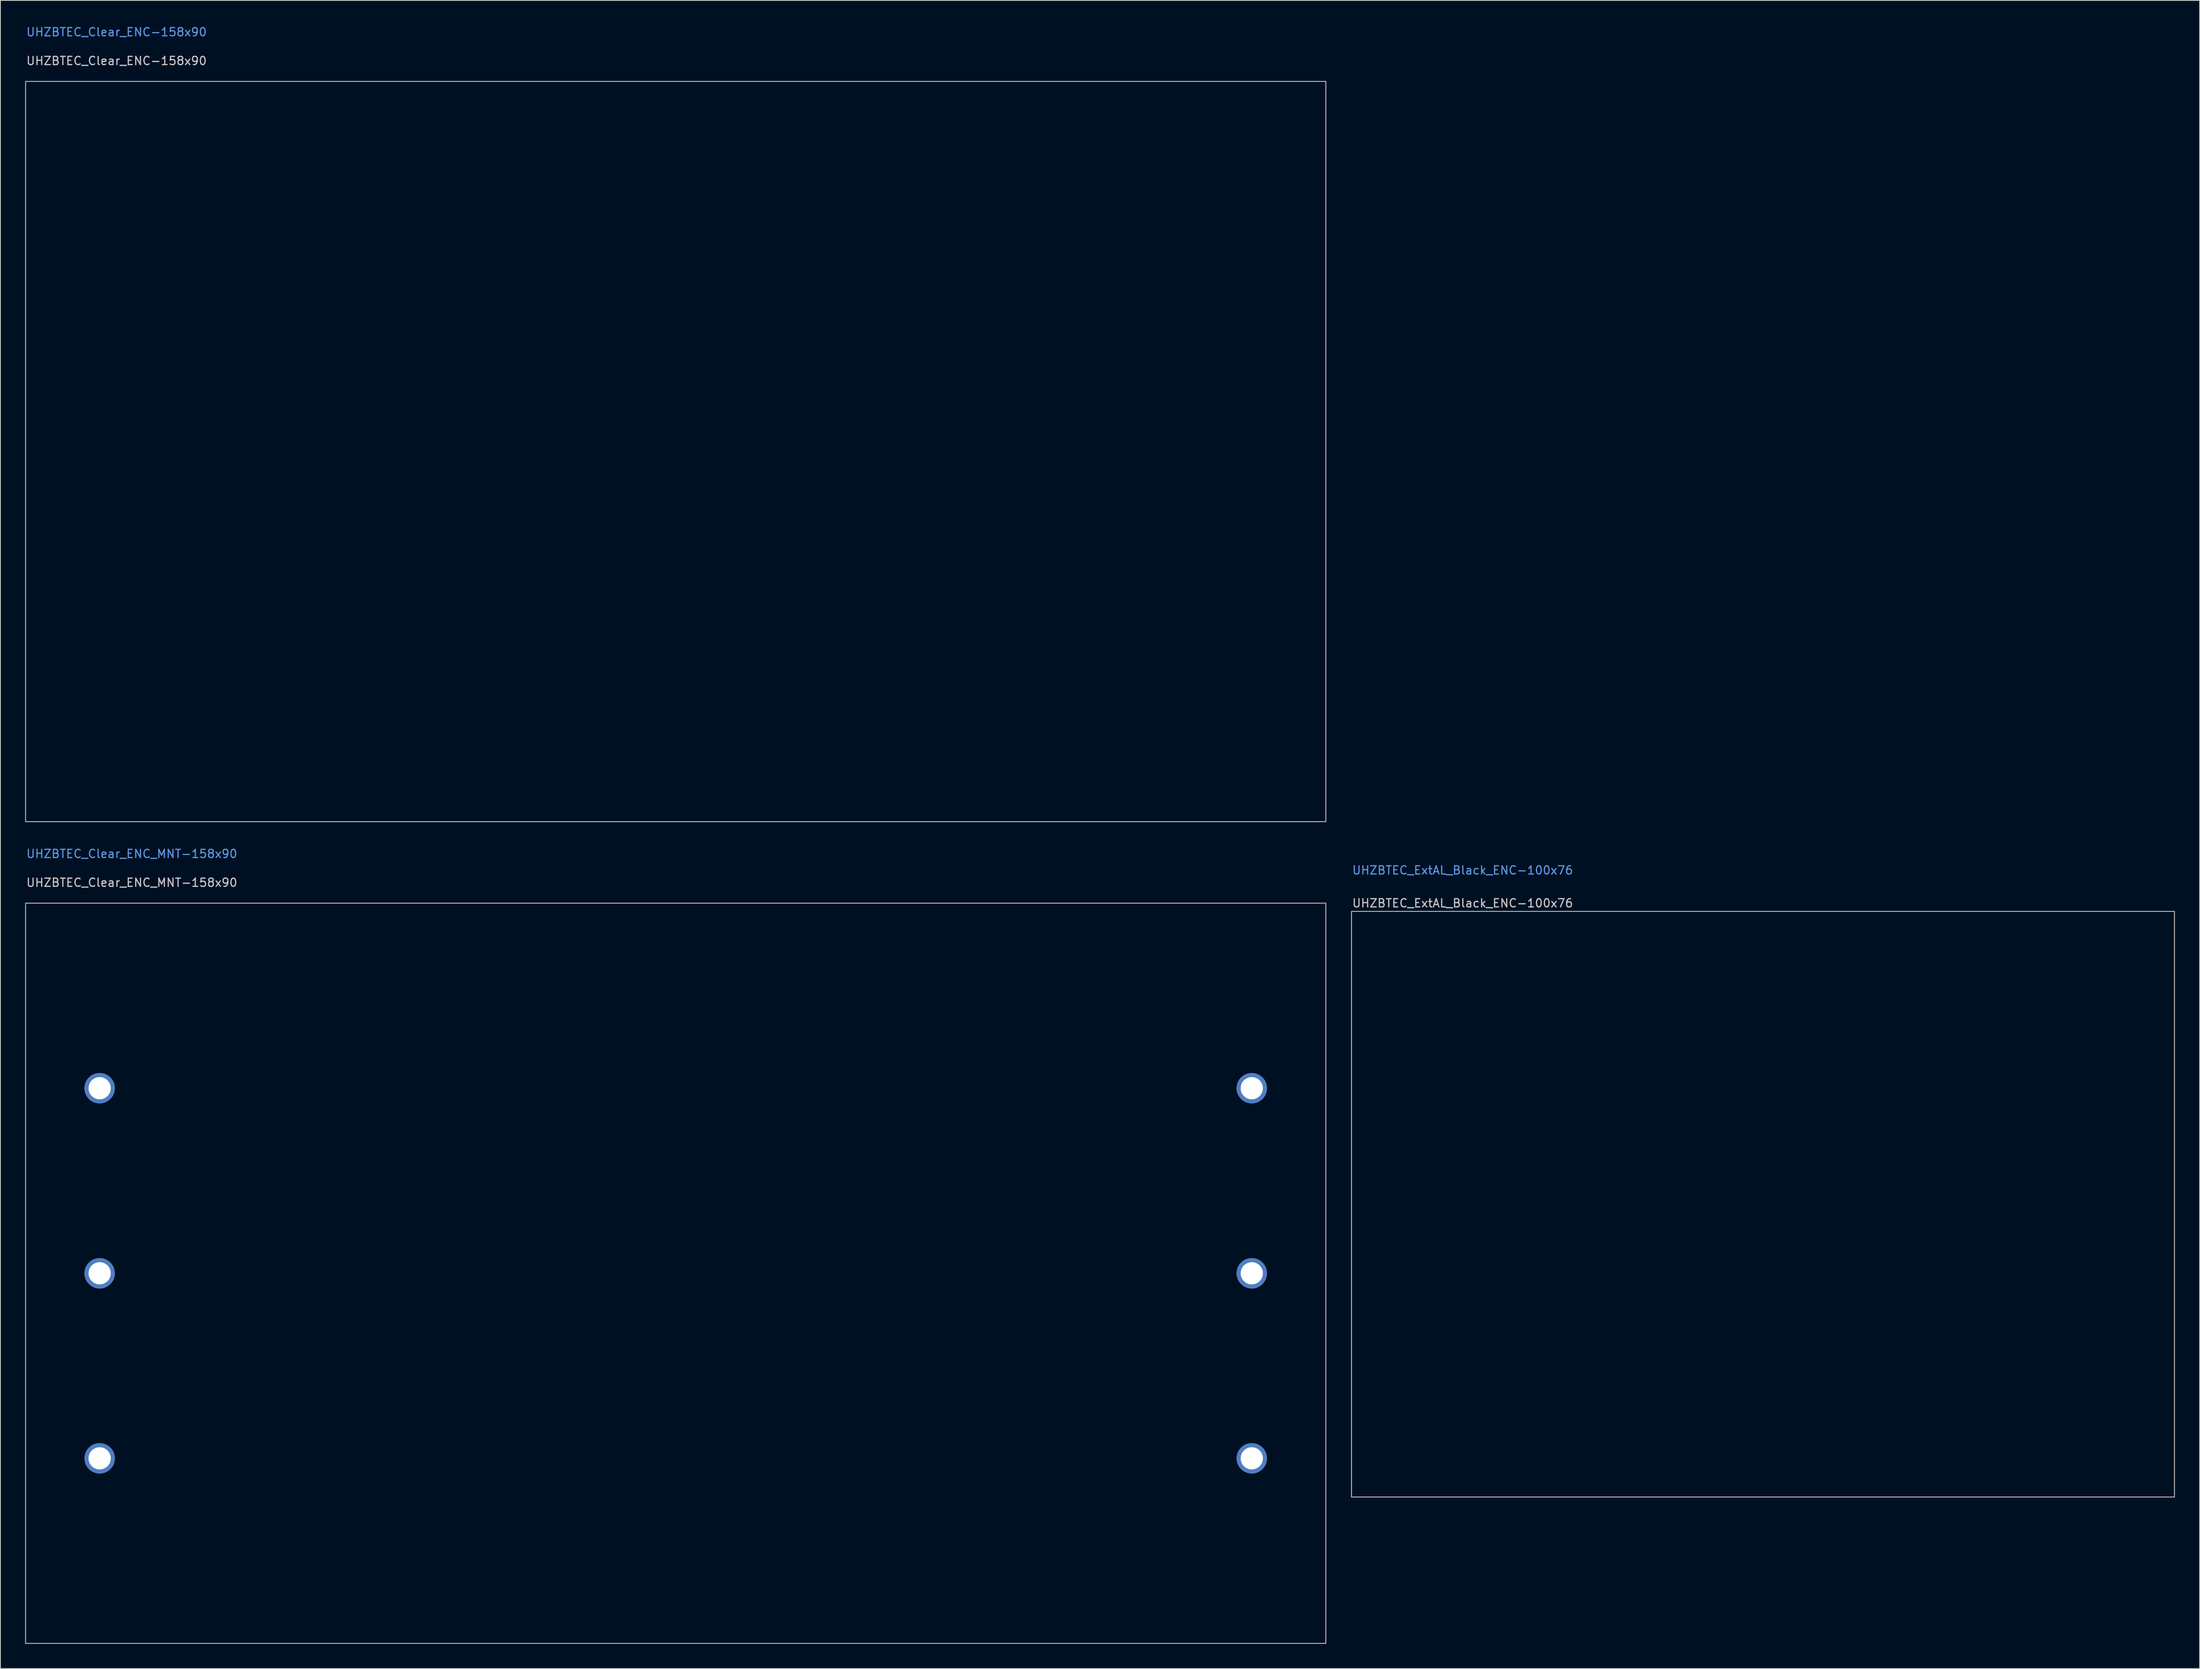
<source format=kicad_pcb>
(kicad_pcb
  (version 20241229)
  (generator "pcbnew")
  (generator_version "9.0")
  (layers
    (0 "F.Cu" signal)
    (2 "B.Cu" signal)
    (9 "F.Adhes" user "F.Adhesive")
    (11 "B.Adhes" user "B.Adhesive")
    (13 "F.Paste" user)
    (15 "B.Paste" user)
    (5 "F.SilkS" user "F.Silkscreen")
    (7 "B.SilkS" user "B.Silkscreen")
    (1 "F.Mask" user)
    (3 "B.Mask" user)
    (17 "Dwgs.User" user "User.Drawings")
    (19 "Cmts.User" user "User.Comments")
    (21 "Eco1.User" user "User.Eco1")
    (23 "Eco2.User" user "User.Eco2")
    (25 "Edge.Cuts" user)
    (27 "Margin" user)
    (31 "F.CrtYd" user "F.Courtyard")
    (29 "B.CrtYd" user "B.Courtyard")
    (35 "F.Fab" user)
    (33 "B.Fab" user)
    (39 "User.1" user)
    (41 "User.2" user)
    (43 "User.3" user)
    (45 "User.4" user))
  (footprint "UHZBTEC_Clear_ENC-158x90"
    (layer "F.Cu")
    (at 79.06 51.848)
    (property "Reference" "UHZBTEC_Clear_ENC-158x90" (at -79 -47.5 0) (unlocked yes) (layer "Dwgs.User") (effects (font (size 1 1) (thickness 0.15)) (justify left)))
    (attr board_only exclude_from_pos_files)
    (fp_rect (start -79 -45) (end 79 45) (stroke (width 0.12) (type solid)) (fill no) (layer "F.Fab"))
    (fp_line (start -76 31) (end -76 -31) (stroke (width 0.12) (type solid)) (layer "User.2"))
    (fp_line (start -74 -33) (end -72 -33) (stroke (width 0.12) (type solid)) (layer "User.2"))
    (fp_line (start -72 33) (end -74 33) (stroke (width 0.12) (type solid)) (layer "User.2"))
    (fp_line (start -67 -38) (end -67 -40) (stroke (width 0.12) (type solid)) (layer "User.2"))
    (fp_line (start -67 40) (end -67 38) (stroke (width 0.12) (type solid)) (layer "User.2"))
    (fp_line (start -65 -42) (end 65 -42) (stroke (width 0.12) (type solid)) (layer "User.2"))
    (fp_line (start 65 42) (end -65 42) (stroke (width 0.12) (type solid)) (layer "User.2"))
    (fp_line (start 67 -40) (end 67 -38) (stroke (width 0.12) (type solid)) (layer "User.2"))
    (fp_line (start 67 38) (end 67 40) (stroke (width 0.12) (type solid)) (layer "User.2"))
    (fp_line (start 72 -33) (end 74 -33) (stroke (width 0.12) (type solid)) (layer "User.2"))
    (fp_line (start 74 33) (end 72 33) (stroke (width 0.12) (type solid)) (layer "User.2"))
    (fp_line (start 76 -31) (end 76 31) (stroke (width 0.12) (type solid)) (layer "User.2"))
    (fp_arc (start -76 -31) (mid -75.414214 -32.414214) (end -74 -33) (stroke (width 0.12) (type solid)) (layer "User.2"))
    (fp_arc (start -74 33) (mid -75.414214 32.414214) (end -76 31) (stroke (width 0.12) (type solid)) (layer "User.2"))
    (fp_arc (start -72 33) (mid -68.464466 34.464466) (end -67 38) (stroke (width 0.12) (type solid)) (layer "User.2"))
    (fp_arc (start -67 -40) (mid -66.414214 -41.414214) (end -65 -42) (stroke (width 0.12) (type solid)) (layer "User.2"))
    (fp_arc (start -67 -38) (mid -68.464466 -34.464466) (end -72 -33) (stroke (width 0.12) (type solid)) (layer "User.2"))
    (fp_arc (start -65 42) (mid -66.414214 41.414214) (end -67 40) (stroke (width 0.12) (type solid)) (layer "User.2"))
    (fp_arc (start 65 -42) (mid 66.414214 -41.414214) (end 67 -40) (stroke (width 0.12) (type solid)) (layer "User.2"))
    (fp_arc (start 67 38) (mid 68.464466 34.464466) (end 72 33) (stroke (width 0.12) (type solid)) (layer "User.2"))
    (fp_arc (start 67 40) (mid 66.414214 41.414214) (end 65 42) (stroke (width 0.12) (type solid)) (layer "User.2"))
    (fp_arc (start 72 -33) (mid 68.464466 -34.464466) (end 67 -38) (stroke (width 0.12) (type solid)) (layer "User.2"))
    (fp_arc (start 74 -33) (mid 75.414214 -32.414214) (end 76 -31) (stroke (width 0.12) (type solid)) (layer "User.2"))
    (fp_arc (start 76 31) (mid 75.414214 32.414214) (end 74 33) (stroke (width 0.12) (type solid)) (layer "User.2"))
    (fp_circle (center -74.05 -39.35) (end -71.55 -39.35) (stroke (width 0.12) (type solid)) (fill no) (layer "User.4"))
    (fp_circle (center -74.05 39.35) (end -71.55 39.35) (stroke (width 0.12) (type solid)) (fill no) (layer "User.4"))
    (fp_circle (center 74.05 -39.35) (end 76.55 -39.35) (stroke (width 0.12) (type solid)) (fill no) (layer "User.4"))
    (fp_circle (center 74.05 39.35) (end 76.55 39.35) (stroke (width 0.12) (type solid)) (fill no) (layer "User.4"))
    (fp_circle (center -40.1 -34.45) (end -37.35 -34.45) (stroke (width 0.1) (type solid)) (fill no) (layer "User.6"))
    (fp_circle (center -40.1 34.45) (end -37.35 34.45) (stroke (width 0.1) (type solid)) (fill no) (layer "User.6"))
    (fp_circle (center 40.1 -34.45) (end 42.85 -34.45) (stroke (width 0.1) (type solid)) (fill no) (layer "User.6"))
    (fp_circle (center 40.1 34.45) (end 42.85 34.45) (stroke (width 0.1) (type solid)) (fill no) (layer "User.6"))
    (fp_circle (center -70 -22.5) (end -68.65 -22.5) (stroke (width 0.1) (type solid)) (fill no) (layer "User.9"))
    (fp_circle (center -70 0) (end -68.65 0) (stroke (width 0.1) (type solid)) (fill no) (layer "User.9"))
    (fp_circle (center -70 22.5) (end -68.65 22.5) (stroke (width 0.1) (type solid)) (fill no) (layer "User.9"))
    (fp_circle (center 70 -22.5) (end 71.35 -22.5) (stroke (width 0.1) (type solid)) (fill no) (layer "User.9"))
    (fp_circle (center 70 0) (end 71.35 0) (stroke (width 0.1) (type solid)) (fill no) (layer "User.9"))
    (fp_circle (center 70 22.5) (end 71.35 22.5) (stroke (width 0.1) (type solid)) (fill no) (layer "User.9"))
    (fp_text user "${REFERENCE}" (at -79 -51 0) (unlocked yes) (layer "Cmts.User") (effects (font (size 1 1) (thickness 0.15)) (justify left)))
    (fp_text user "https://www.amazon.com/dp/B09PTDQ648?ref=ppx_yo2ov_dt_b_product_details&th=1" (at -79 -46 0) (layer "User.9") (effects (font (size 1 1) (thickness 0.15)) (justify left))))
  (footprint "UHZBTEC_Clear_ENC_MNT-158x90"
    (layer "F.Cu")
    (at 79.06 151.756)
    (property "Reference" "UHZBTEC_Clear_ENC_MNT-158x90" (at -79 -47.5 0) (unlocked yes) (layer "Dwgs.User") (effects (font (size 1 1) (thickness 0.15)) (justify left)))
    (attr board_only exclude_from_pos_files)
    (fp_rect (start -79 -45) (end 79 45) (stroke (width 0.12) (type solid)) (fill no) (layer "F.Fab"))
    (fp_line (start -76 31) (end -76 -31) (stroke (width 0.12) (type solid)) (layer "User.2"))
    (fp_line (start -74 -33) (end -72 -33) (stroke (width 0.12) (type solid)) (layer "User.2"))
    (fp_line (start -72 33) (end -74 33) (stroke (width 0.12) (type solid)) (layer "User.2"))
    (fp_line (start -67 -38) (end -67 -40) (stroke (width 0.12) (type solid)) (layer "User.2"))
    (fp_line (start -67 40) (end -67 38) (stroke (width 0.12) (type solid)) (layer "User.2"))
    (fp_line (start -65 -42) (end 65 -42) (stroke (width 0.12) (type solid)) (layer "User.2"))
    (fp_line (start 65 42) (end -65 42) (stroke (width 0.12) (type solid)) (layer "User.2"))
    (fp_line (start 67 -40) (end 67 -38) (stroke (width 0.12) (type solid)) (layer "User.2"))
    (fp_line (start 67 38) (end 67 40) (stroke (width 0.12) (type solid)) (layer "User.2"))
    (fp_line (start 72 -33) (end 74 -33) (stroke (width 0.12) (type solid)) (layer "User.2"))
    (fp_line (start 74 33) (end 72 33) (stroke (width 0.12) (type solid)) (layer "User.2"))
    (fp_line (start 76 -31) (end 76 31) (stroke (width 0.12) (type solid)) (layer "User.2"))
    (fp_arc (start -76 -31) (mid -75.414214 -32.414214) (end -74 -33) (stroke (width 0.12) (type solid)) (layer "User.2"))
    (fp_arc (start -74 33) (mid -75.414214 32.414214) (end -76 31) (stroke (width 0.12) (type solid)) (layer "User.2"))
    (fp_arc (start -72 33) (mid -68.464466 34.464466) (end -67 38) (stroke (width 0.12) (type solid)) (layer "User.2"))
    (fp_arc (start -67 -40) (mid -66.414214 -41.414214) (end -65 -42) (stroke (width 0.12) (type solid)) (layer "User.2"))
    (fp_arc (start -67 -38) (mid -68.464466 -34.464466) (end -72 -33) (stroke (width 0.12) (type solid)) (layer "User.2"))
    (fp_arc (start -65 42) (mid -66.414214 41.414214) (end -67 40) (stroke (width 0.12) (type solid)) (layer "User.2"))
    (fp_arc (start 65 -42) (mid 66.414214 -41.414214) (end 67 -40) (stroke (width 0.12) (type solid)) (layer "User.2"))
    (fp_arc (start 67 38) (mid 68.464466 34.464466) (end 72 33) (stroke (width 0.12) (type solid)) (layer "User.2"))
    (fp_arc (start 67 40) (mid 66.414214 41.414214) (end 65 42) (stroke (width 0.12) (type solid)) (layer "User.2"))
    (fp_arc (start 72 -33) (mid 68.464466 -34.464466) (end 67 -38) (stroke (width 0.12) (type solid)) (layer "User.2"))
    (fp_arc (start 74 -33) (mid 75.414214 -32.414214) (end 76 -31) (stroke (width 0.12) (type solid)) (layer "User.2"))
    (fp_arc (start 76 31) (mid 75.414214 32.414214) (end 74 33) (stroke (width 0.12) (type solid)) (layer "User.2"))
    (fp_circle (center -74.05 -39.35) (end -71.55 -39.35) (stroke (width 0.12) (type solid)) (fill no) (layer "User.4"))
    (fp_circle (center -74.05 39.35) (end -71.55 39.35) (stroke (width 0.12) (type solid)) (fill no) (layer "User.4"))
    (fp_circle (center 74.05 -39.35) (end 76.55 -39.35) (stroke (width 0.12) (type solid)) (fill no) (layer "User.4"))
    (fp_circle (center 74.05 39.35) (end 76.55 39.35) (stroke (width 0.12) (type solid)) (fill no) (layer "User.4"))
    (fp_circle (center -40.1 -34.45) (end -37.35 -34.45) (stroke (width 0.1) (type solid)) (fill no) (layer "User.6"))
    (fp_circle (center -40.1 34.45) (end -37.35 34.45) (stroke (width 0.1) (type solid)) (fill no) (layer "User.6"))
    (fp_circle (center 40.1 -34.45) (end 42.85 -34.45) (stroke (width 0.1) (type solid)) (fill no) (layer "User.6"))
    (fp_circle (center 40.1 34.45) (end 42.85 34.45) (stroke (width 0.1) (type solid)) (fill no) (layer "User.6"))
    (fp_text user "${REFERENCE}" (at -79 -51 0) (unlocked yes) (layer "Cmts.User") (effects (font (size 1 1) (thickness 0.15)) (justify left)))
    (fp_text user "https://www.amazon.com/dp/B09PTDQ648?ref=ppx_yo2ov_dt_b_product_details&th=1" (at -79 -46 0) (layer "User.9") (effects (font (size 1 1) (thickness 0.15)) (justify left)))
    (pad "" np_thru_hole circle (at -70 -22.5) (size 3.7 3.7) (drill 2.7) (layers "*.Cu" "*.Mask"))
    (pad "" np_thru_hole circle (at -70 0) (size 3.7 3.7) (drill 2.7) (layers "*.Cu" "*.Mask"))
    (pad "" np_thru_hole circle (at -70 22.5) (size 3.7 3.7) (drill 2.7) (layers "*.Cu" "*.Mask"))
    (pad "" np_thru_hole circle (at 70 -22.5) (size 3.7 3.7) (drill 2.7) (layers "*.Cu" "*.Mask"))
    (pad "" np_thru_hole circle (at 70 0) (size 3.7 3.7) (drill 2.7) (layers "*.Cu" "*.Mask"))
    (pad "" np_thru_hole circle (at 70 22.5) (size 3.7 3.7) (drill 2.7) (layers "*.Cu" "*.Mask")))
  (footprint "UHZBTEC_ExtAL_Black_ENC-100x76"
    (layer "F.Cu")
    (at 211.18 143.357)
    (property "Reference" "UHZBTEC_ExtAL_Black_ENC-100x76" (at -50 -36.6 0) (unlocked yes) (layer "Dwgs.User") (effects (font (size 1 1) (thickness 0.15)) (justify left)))
    (fp_rect (start -50 -35.6) (end 50 35.6) (stroke (width 0.12) (type solid)) (fill no) (layer "F.Fab"))
    (fp_line (start -50 -32.8) (end 50 -32.8) (stroke (width 0.12) (type solid)) (layer "User.7"))
    (fp_line (start -50 32.8) (end 50 32.8) (stroke (width 0.12) (type solid)) (layer "User.7"))
    (fp_text user "${REFERENCE}" (at -50 -40.6 0) (unlocked yes) (layer "Cmts.User") (effects (font (size 1 1) (thickness 0.15)) (justify left)))
    (fp_text user "https://www.amazon.com/gp/product/B09PTBXP8D/ref=sw_img_1?smid=A174Y5DWST1D4&th=1" (at -50 -42.6 0) (layer "User.9") (effects (font (size 1 1) (thickness 0.15)) (justify left))))
  (gr_rect
    (start -3 -3)
    (end 264.24 199.816)
    (stroke (width 0.1) (type default))
    (fill no)
    (layer "Edge.Cuts")))
</source>
